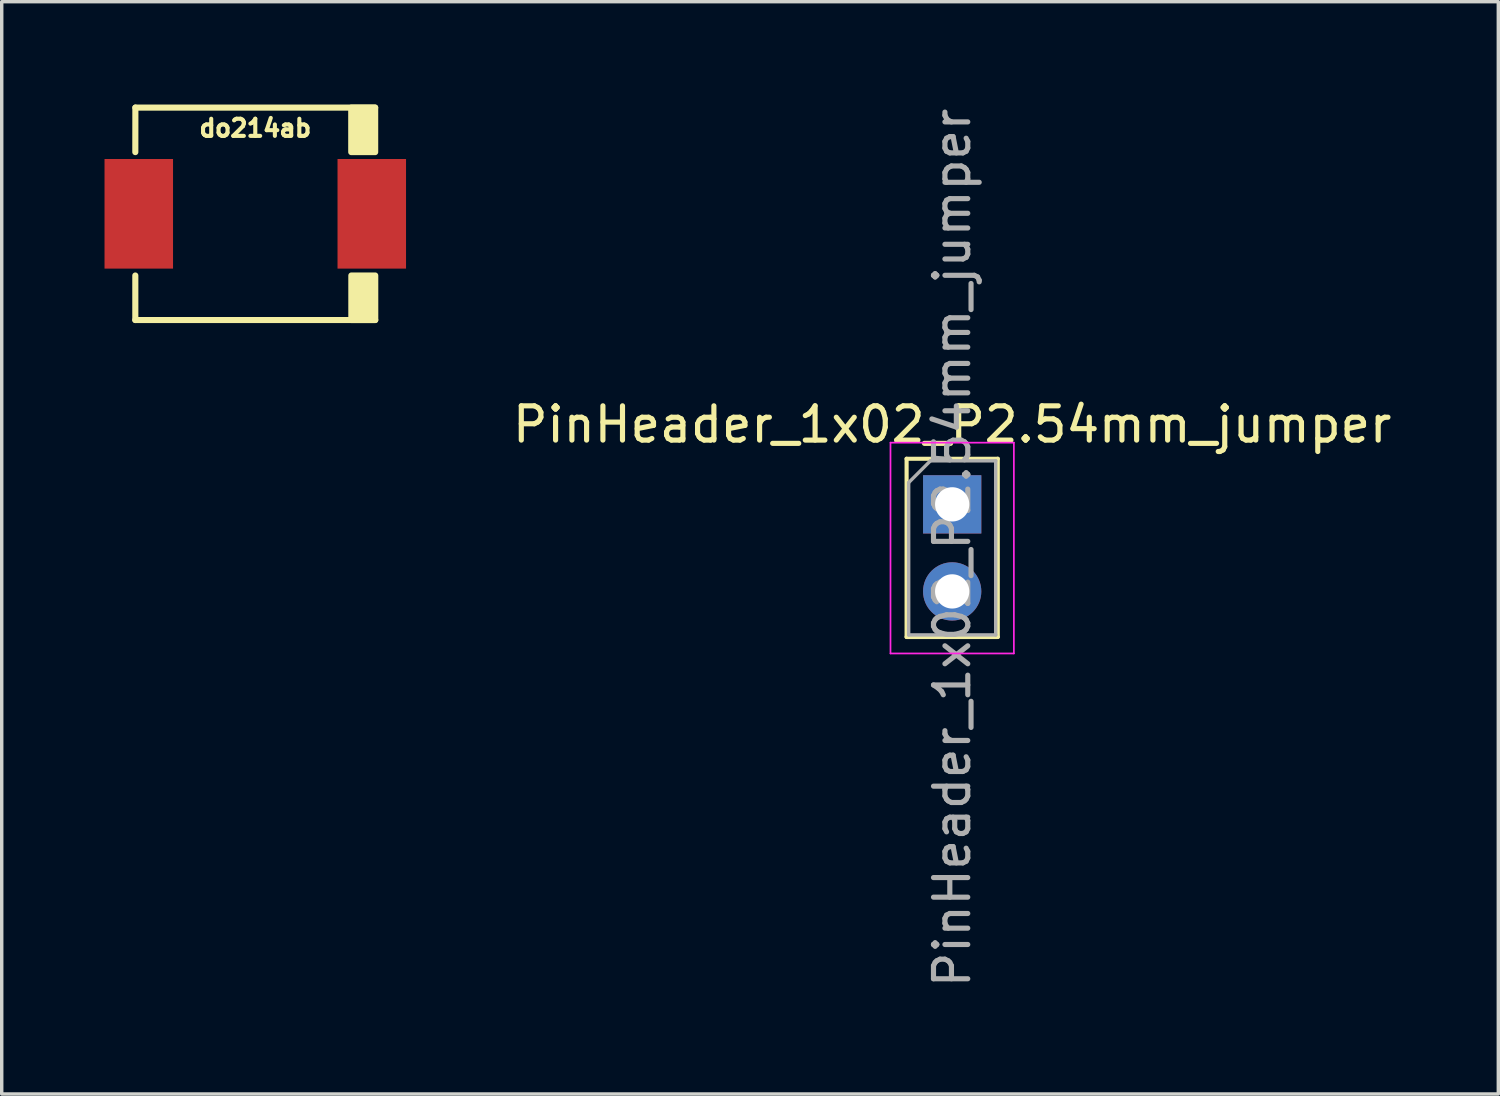
<source format=kicad_pcb>
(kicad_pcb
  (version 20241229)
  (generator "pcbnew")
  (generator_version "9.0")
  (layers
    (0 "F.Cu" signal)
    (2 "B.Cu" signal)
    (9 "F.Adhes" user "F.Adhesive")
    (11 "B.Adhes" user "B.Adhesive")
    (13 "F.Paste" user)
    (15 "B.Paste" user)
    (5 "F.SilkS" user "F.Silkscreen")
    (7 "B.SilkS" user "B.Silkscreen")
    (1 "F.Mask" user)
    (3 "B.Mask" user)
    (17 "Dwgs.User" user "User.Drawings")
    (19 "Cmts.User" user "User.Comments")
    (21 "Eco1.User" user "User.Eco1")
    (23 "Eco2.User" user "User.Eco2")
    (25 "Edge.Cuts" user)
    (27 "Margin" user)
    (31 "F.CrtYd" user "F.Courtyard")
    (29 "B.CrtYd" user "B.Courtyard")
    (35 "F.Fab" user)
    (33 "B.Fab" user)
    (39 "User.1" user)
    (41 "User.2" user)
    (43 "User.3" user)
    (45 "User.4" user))
  (footprint "do214ab"
    (layer "F.Cu")
    (at 4.398 3.188)
    (property "Reference" "do214ab" (at 0 -2.499 0) (layer "F.SilkS") (effects (font (size 0.5 0.5) (thickness 0.119))))
    (attr smd)
    (fp_line (start -3.5 -1.8) (end -3.498 -3.099) (stroke (width 0.178) (type solid)) (layer "F.SilkS"))
    (fp_line (start -3.5 3.099) (end -3.5 1.8) (stroke (width 0.178) (type solid)) (layer "F.SilkS"))
    (fp_line (start -3.498 -3.099) (end 3.498 -3.099) (stroke (width 0.178) (type solid)) (layer "F.SilkS"))
    (fp_line (start 3.5 3.099) (end -3.5 3.099) (stroke (width 0.178) (type solid)) (layer "F.SilkS"))
    (fp_rect (start 3.498 -3.099) (end 2.8 -1.8) (stroke (width 0.178) (type solid)) (fill yes) (layer "F.SilkS"))
    (fp_rect (start 3.5 1.8) (end 2.803 3.099) (stroke (width 0.178) (type solid)) (fill yes) (layer "F.SilkS"))
    (pad "1" smd rect (at -3.399 0) (size 1.999 3.198) (layers "F.Cu" "F.Mask" "F.Paste"))
    (pad "2" smd rect (at 3.399 0) (size 1.999 3.198) (layers "F.Cu" "F.Mask" "F.Paste")))
  (footprint "PinHeader_1x02_P2.54mm_jumper"
    (layer "F.Cu")
    (at 24.731 11.665)
    (property "Reference" "PinHeader_1x02_P2.54mm_jumper" (at 0 -2.33 0) (layer "F.SilkS") (effects (font (size 1 1) (thickness 0.15))))
    (attr through_hole)
    (fp_line (start -1.33 -1.33) (end -1.33 3.87) (stroke (width 0.12) (type solid)) (layer "F.SilkS"))
    (fp_line (start -1.33 -1.33) (end 1.33 -1.33) (stroke (width 0.12) (type solid)) (layer "F.SilkS"))
    (fp_line (start -1.33 3.87) (end 1.33 3.87) (stroke (width 0.12) (type solid)) (layer "F.SilkS"))
    (fp_line (start 1.33 -1.33) (end 1.33 3.87) (stroke (width 0.12) (type solid)) (layer "F.SilkS"))
    (fp_line (start -1.8 -1.8) (end -1.8 4.35) (stroke (width 0.05) (type solid)) (layer "F.CrtYd"))
    (fp_line (start -1.8 4.35) (end 1.8 4.35) (stroke (width 0.05) (type solid)) (layer "F.CrtYd"))
    (fp_line (start 1.8 -1.8) (end -1.8 -1.8) (stroke (width 0.05) (type solid)) (layer "F.CrtYd"))
    (fp_line (start 1.8 4.35) (end 1.8 -1.8) (stroke (width 0.05) (type solid)) (layer "F.CrtYd"))
    (fp_line (start -1.27 -0.635) (end -0.635 -1.27) (stroke (width 0.1) (type solid)) (layer "F.Fab"))
    (fp_line (start -1.27 3.81) (end -1.27 -0.635) (stroke (width 0.1) (type solid)) (layer "F.Fab"))
    (fp_line (start -0.635 -1.27) (end 1.27 -1.27) (stroke (width 0.1) (type solid)) (layer "F.Fab"))
    (fp_line (start 1.27 -1.27) (end 1.27 3.81) (stroke (width 0.1) (type solid)) (layer "F.Fab"))
    (fp_line (start 1.27 3.81) (end -1.27 3.81) (stroke (width 0.1) (type solid)) (layer "F.Fab"))
    (fp_text user "${REFERENCE}" (at 0 1.27 90) (layer "F.Fab") (effects (font (size 1 1) (thickness 0.15))))
    (pad "1" thru_hole rect (at 0 0) (size 1.7 1.7) (drill 1) (layers "*.Cu" "*.Mask"))
    (pad "2" thru_hole oval (at 0 2.54) (size 1.7 1.7) (drill 1) (layers "*.Cu" "*.Mask")))
  (gr_rect
    (start -3 -3)
    (end 40.665 28.869)
    (stroke (width 0.1) (type default))
    (fill no)
    (layer "Edge.Cuts")))
</source>
